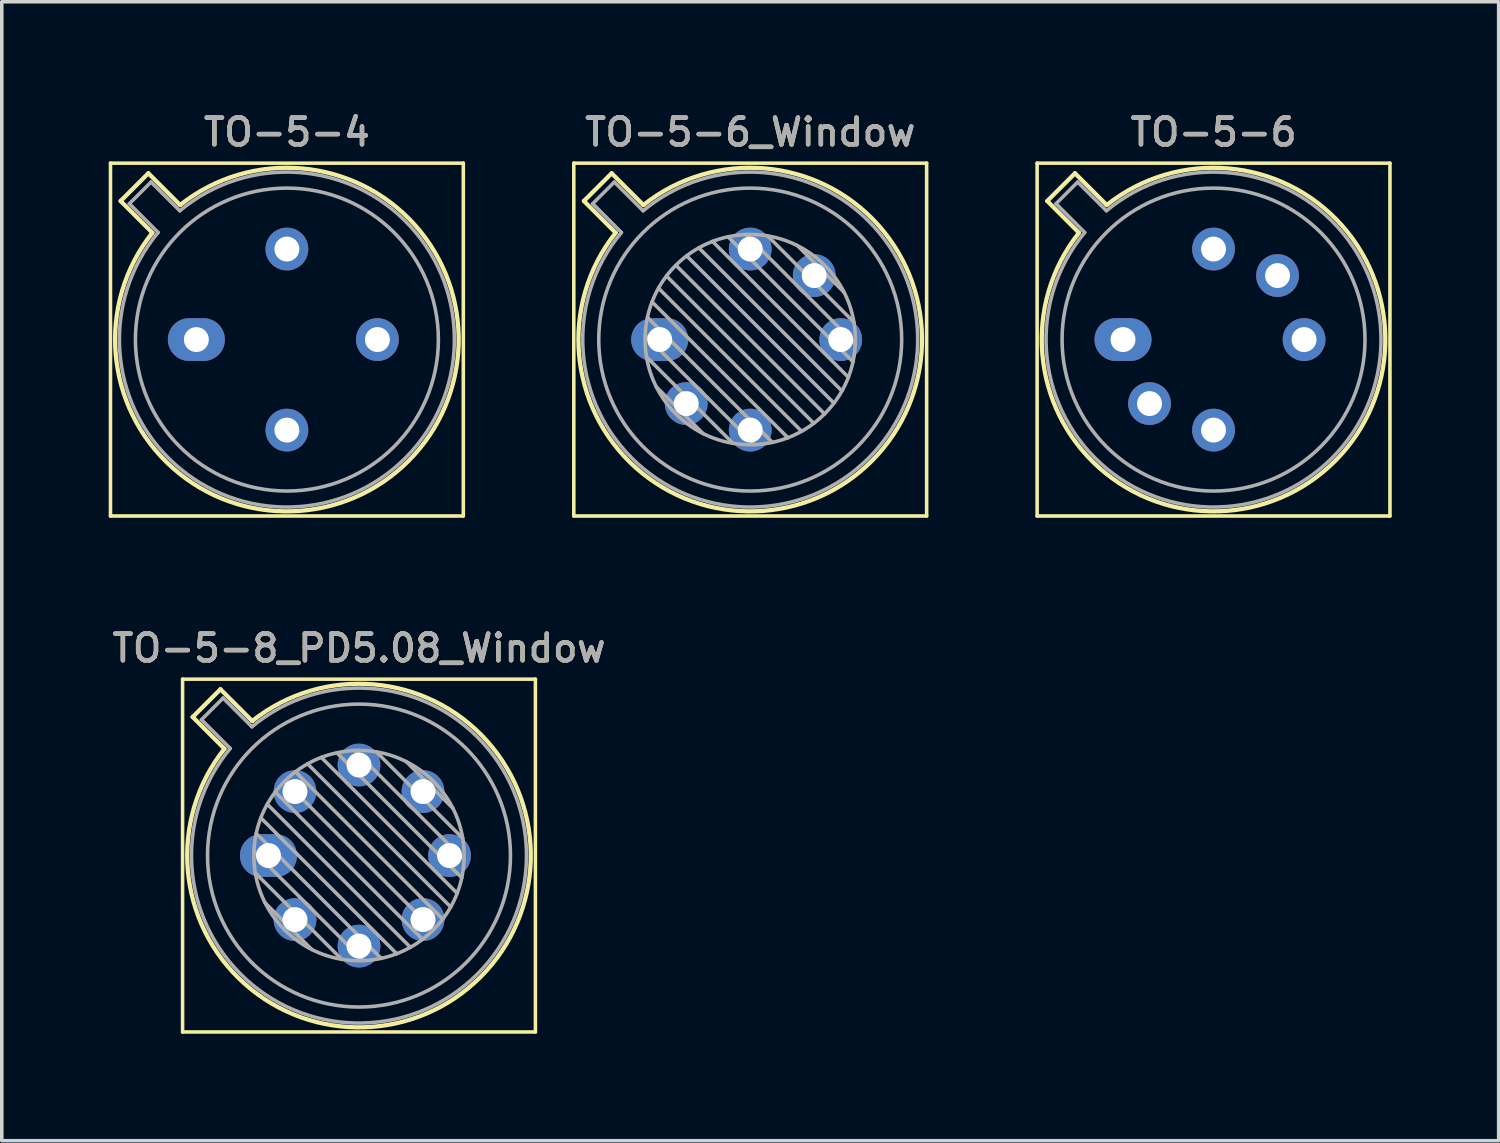
<source format=kicad_pcb>
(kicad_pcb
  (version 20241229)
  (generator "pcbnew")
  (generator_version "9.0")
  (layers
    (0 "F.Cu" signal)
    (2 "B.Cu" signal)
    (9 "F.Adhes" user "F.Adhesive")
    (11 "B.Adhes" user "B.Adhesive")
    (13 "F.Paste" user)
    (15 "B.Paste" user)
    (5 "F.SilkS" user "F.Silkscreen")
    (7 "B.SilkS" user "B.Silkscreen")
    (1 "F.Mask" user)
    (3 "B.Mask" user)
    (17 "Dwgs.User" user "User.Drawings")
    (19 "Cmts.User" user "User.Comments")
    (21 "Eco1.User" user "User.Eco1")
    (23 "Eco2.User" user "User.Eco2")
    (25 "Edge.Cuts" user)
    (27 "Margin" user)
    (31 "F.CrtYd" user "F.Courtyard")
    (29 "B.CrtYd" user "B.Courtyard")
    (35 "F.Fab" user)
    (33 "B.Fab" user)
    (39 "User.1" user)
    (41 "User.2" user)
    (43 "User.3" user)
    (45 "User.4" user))
  (footprint "TO-5-4"
    (layer "F.Cu")
    (at 2.46 6.478)
    (property "Reference" "TO-5-4" (at 2.54 -5.82 0) (layer "F.SilkS") (effects (font (size 0.75 0.75) (thickness 0.125))))
    (attr through_hole)
    (fp_line (start -2.41 -4.95) (end -2.41 4.95) (stroke (width 0.1) (type solid)) (layer "F.SilkS"))
    (fp_line (start -2.41 4.95) (end 7.49 4.95) (stroke (width 0.1) (type solid)) (layer "F.SilkS"))
    (fp_line (start -2.126 -3.888) (end -1.235 -2.997) (stroke (width 0.12) (type solid)) (layer "F.SilkS"))
    (fp_line (start -1.348 -4.666) (end -2.126 -3.888) (stroke (width 0.12) (type solid)) (layer "F.SilkS"))
    (fp_line (start -0.457 -3.775) (end -1.348 -4.666) (stroke (width 0.12) (type solid)) (layer "F.SilkS"))
    (fp_line (start 7.49 -4.95) (end -2.41 -4.95) (stroke (width 0.1) (type solid)) (layer "F.SilkS"))
    (fp_line (start 7.49 4.95) (end 7.49 -4.95) (stroke (width 0.1) (type solid)) (layer "F.SilkS"))
    (fp_arc (start -0.457084 -3.774902) (mid 5.948255 3.408255) (end -1.234902 -2.997084) (stroke (width 0.12) (type solid)) (layer "F.SilkS"))
    (fp_line (start -1.88 -3.812) (end -1.074 -3.005) (stroke (width 0.1) (type solid)) (layer "F.Fab"))
    (fp_line (start -1.272 -4.42) (end -1.88 -3.812) (stroke (width 0.1) (type solid)) (layer "F.Fab"))
    (fp_line (start -0.465 -3.614) (end -1.272 -4.42) (stroke (width 0.1) (type solid)) (layer "F.Fab"))
    (fp_arc (start -0.465408 -3.61352) (mid 5.863402 3.323402) (end -1.07352 -3.005408) (stroke (width 0.1) (type solid)) (layer "F.Fab"))
    (fp_circle (center 2.54 0) (end 6.79 0) (stroke (width 0.1) (type solid)) (fill no) (layer "F.Fab"))
    (fp_text user "${REFERENCE}" (at 2.54 -5.82 0) (layer "F.Fab") (effects (font (size 0.75 0.75) (thickness 0.125))))
    (pad "1" thru_hole oval (at 0 0) (size 1.6 1.2) (drill 0.7) (layers "*.Cu" "*.Mask"))
    (pad "2" thru_hole circle (at 2.54 2.54) (size 1.2 1.2) (drill 0.7) (layers "*.Cu" "*.Mask"))
    (pad "3" thru_hole circle (at 5.08 0) (size 1.2 1.2) (drill 0.7) (layers "*.Cu" "*.Mask"))
    (pad "4" thru_hole circle (at 2.54 -2.54) (size 1.2 1.2) (drill 0.7) (layers "*.Cu" "*.Mask")))
  (footprint "TO-5-8_PD5.08_Window"
    (layer "F.Cu")
    (at 4.483 20.956)
    (property "Reference" "TO-5-8_PD5.08_Window" (at 2.54 -5.82 0) (layer "F.SilkS") (effects (font (size 0.75 0.75) (thickness 0.125))))
    (attr through_hole)
    (fp_line (start -2.41 -4.95) (end -2.41 4.95) (stroke (width 0.1) (type solid)) (layer "F.SilkS"))
    (fp_line (start -2.41 4.95) (end 7.49 4.95) (stroke (width 0.1) (type solid)) (layer "F.SilkS"))
    (fp_line (start -2.126 -3.888) (end -1.235 -2.997) (stroke (width 0.12) (type solid)) (layer "F.SilkS"))
    (fp_line (start -1.348 -4.666) (end -2.126 -3.888) (stroke (width 0.12) (type solid)) (layer "F.SilkS"))
    (fp_line (start -0.457 -3.775) (end -1.348 -4.666) (stroke (width 0.12) (type solid)) (layer "F.SilkS"))
    (fp_line (start 7.49 -4.95) (end -2.41 -4.95) (stroke (width 0.1) (type solid)) (layer "F.SilkS"))
    (fp_line (start 7.49 4.95) (end 7.49 -4.95) (stroke (width 0.1) (type solid)) (layer "F.SilkS"))
    (fp_arc (start -0.457084 -3.774902) (mid 5.948255 3.408255) (end -1.234902 -2.997084) (stroke (width 0.12) (type solid)) (layer "F.SilkS"))
    (fp_line (start -1.88 -3.812) (end -1.074 -3.005) (stroke (width 0.1) (type solid)) (layer "F.Fab"))
    (fp_line (start -1.272 -4.42) (end -1.88 -3.812) (stroke (width 0.1) (type solid)) (layer "F.Fab"))
    (fp_line (start -0.465 -3.614) (end -1.272 -4.42) (stroke (width 0.1) (type solid)) (layer "F.Fab"))
    (fp_line (start -0.408 -0.12) (end 2.66 2.948) (stroke (width 0.1) (type solid)) (layer "F.Fab"))
    (fp_line (start -0.371 0.485) (end 2.055 2.911) (stroke (width 0.1) (type solid)) (layer "F.Fab"))
    (fp_line (start -0.344 -0.622) (end 3.162 2.884) (stroke (width 0.1) (type solid)) (layer "F.Fab"))
    (fp_line (start -0.215 -1.058) (end 3.598 2.755) (stroke (width 0.1) (type solid)) (layer "F.Fab"))
    (fp_line (start -0.097 1.324) (end 1.216 2.637) (stroke (width 0.1) (type solid)) (layer "F.Fab"))
    (fp_line (start -0.034 -1.443) (end 3.983 2.574) (stroke (width 0.1) (type solid)) (layer "F.Fab"))
    (fp_line (start 0.19 -1.784) (end 4.324 2.35) (stroke (width 0.1) (type solid)) (layer "F.Fab"))
    (fp_line (start 0.454 -2.086) (end 4.626 2.086) (stroke (width 0.1) (type solid)) (layer "F.Fab"))
    (fp_line (start 0.756 -2.35) (end 4.89 1.784) (stroke (width 0.1) (type solid)) (layer "F.Fab"))
    (fp_line (start 1.097 -2.574) (end 5.114 1.443) (stroke (width 0.1) (type solid)) (layer "F.Fab"))
    (fp_line (start 1.482 -2.755) (end 5.295 1.058) (stroke (width 0.1) (type solid)) (layer "F.Fab"))
    (fp_line (start 1.918 -2.884) (end 5.424 0.622) (stroke (width 0.1) (type solid)) (layer "F.Fab"))
    (fp_line (start 2.42 -2.948) (end 5.488 0.12) (stroke (width 0.1) (type solid)) (layer "F.Fab"))
    (fp_line (start 3.025 -2.911) (end 5.451 -0.485) (stroke (width 0.1) (type solid)) (layer "F.Fab"))
    (fp_line (start 3.864 -2.637) (end 5.177 -1.324) (stroke (width 0.1) (type solid)) (layer "F.Fab"))
    (fp_arc (start -0.465408 -3.61352) (mid 5.863402 3.323402) (end -1.07352 -3.005408) (stroke (width 0.1) (type solid)) (layer "F.Fab"))
    (fp_circle (center 2.54 0) (end 5.49 0) (stroke (width 0.1) (type solid)) (fill no) (layer "F.Fab"))
    (fp_circle (center 2.54 0) (end 6.79 0) (stroke (width 0.1) (type solid)) (fill no) (layer "F.Fab"))
    (fp_text user "${REFERENCE}" (at 2.54 -5.82 0) (layer "F.Fab") (effects (font (size 0.75 0.75) (thickness 0.125))))
    (pad "1" thru_hole oval (at 0 0) (size 1.6 1.2) (drill 0.7) (layers "*.Cu" "*.Mask"))
    (pad "2" thru_hole circle (at 0.744 1.796) (size 1.2 1.2) (drill 0.7) (layers "*.Cu" "*.Mask"))
    (pad "3" thru_hole circle (at 2.54 2.54) (size 1.2 1.2) (drill 0.7) (layers "*.Cu" "*.Mask"))
    (pad "4" thru_hole circle (at 4.336 1.796) (size 1.2 1.2) (drill 0.7) (layers "*.Cu" "*.Mask"))
    (pad "5" thru_hole circle (at 5.08 0) (size 1.2 1.2) (drill 0.7) (layers "*.Cu" "*.Mask"))
    (pad "6" thru_hole circle (at 4.336 -1.796) (size 1.2 1.2) (drill 0.7) (layers "*.Cu" "*.Mask"))
    (pad "7" thru_hole circle (at 2.54 -2.54) (size 1.2 1.2) (drill 0.7) (layers "*.Cu" "*.Mask"))
    (pad "8" thru_hole circle (at 0.744 -1.796) (size 1.2 1.2) (drill 0.7) (layers "*.Cu" "*.Mask")))
  (footprint "TO-5-6_Window"
    (layer "F.Cu")
    (at 15.46 6.478)
    (property "Reference" "TO-5-6_Window" (at 2.54 -5.82 0) (layer "F.SilkS") (effects (font (size 0.75 0.75) (thickness 0.125))))
    (attr through_hole)
    (fp_line (start -2.41 -4.95) (end -2.41 4.95) (stroke (width 0.1) (type solid)) (layer "F.SilkS"))
    (fp_line (start -2.41 4.95) (end 7.49 4.95) (stroke (width 0.1) (type solid)) (layer "F.SilkS"))
    (fp_line (start -2.126 -3.888) (end -1.235 -2.997) (stroke (width 0.12) (type solid)) (layer "F.SilkS"))
    (fp_line (start -1.348 -4.666) (end -2.126 -3.888) (stroke (width 0.12) (type solid)) (layer "F.SilkS"))
    (fp_line (start -0.457 -3.775) (end -1.348 -4.666) (stroke (width 0.12) (type solid)) (layer "F.SilkS"))
    (fp_line (start 7.49 -4.95) (end -2.41 -4.95) (stroke (width 0.1) (type solid)) (layer "F.SilkS"))
    (fp_line (start 7.49 4.95) (end 7.49 -4.95) (stroke (width 0.1) (type solid)) (layer "F.SilkS"))
    (fp_arc (start -0.457084 -3.774902) (mid 5.948255 3.408255) (end -1.234902 -2.997084) (stroke (width 0.12) (type solid)) (layer "F.SilkS"))
    (fp_line (start -1.88 -3.812) (end -1.074 -3.005) (stroke (width 0.1) (type solid)) (layer "F.Fab"))
    (fp_line (start -1.272 -4.42) (end -1.88 -3.812) (stroke (width 0.1) (type solid)) (layer "F.Fab"))
    (fp_line (start -0.465 -3.614) (end -1.272 -4.42) (stroke (width 0.1) (type solid)) (layer "F.Fab"))
    (fp_line (start -0.408 -0.12) (end 2.66 2.948) (stroke (width 0.1) (type solid)) (layer "F.Fab"))
    (fp_line (start -0.371 0.485) (end 2.055 2.911) (stroke (width 0.1) (type solid)) (layer "F.Fab"))
    (fp_line (start -0.344 -0.622) (end 3.162 2.884) (stroke (width 0.1) (type solid)) (layer "F.Fab"))
    (fp_line (start -0.215 -1.058) (end 3.598 2.755) (stroke (width 0.1) (type solid)) (layer "F.Fab"))
    (fp_line (start -0.097 1.324) (end 1.216 2.637) (stroke (width 0.1) (type solid)) (layer "F.Fab"))
    (fp_line (start -0.034 -1.443) (end 3.983 2.574) (stroke (width 0.1) (type solid)) (layer "F.Fab"))
    (fp_line (start 0.19 -1.784) (end 4.324 2.35) (stroke (width 0.1) (type solid)) (layer "F.Fab"))
    (fp_line (start 0.454 -2.086) (end 4.626 2.086) (stroke (width 0.1) (type solid)) (layer "F.Fab"))
    (fp_line (start 0.756 -2.35) (end 4.89 1.784) (stroke (width 0.1) (type solid)) (layer "F.Fab"))
    (fp_line (start 1.097 -2.574) (end 5.114 1.443) (stroke (width 0.1) (type solid)) (layer "F.Fab"))
    (fp_line (start 1.482 -2.755) (end 5.295 1.058) (stroke (width 0.1) (type solid)) (layer "F.Fab"))
    (fp_line (start 1.918 -2.884) (end 5.424 0.622) (stroke (width 0.1) (type solid)) (layer "F.Fab"))
    (fp_line (start 2.42 -2.948) (end 5.488 0.12) (stroke (width 0.1) (type solid)) (layer "F.Fab"))
    (fp_line (start 3.025 -2.911) (end 5.451 -0.485) (stroke (width 0.1) (type solid)) (layer "F.Fab"))
    (fp_line (start 3.864 -2.637) (end 5.177 -1.324) (stroke (width 0.1) (type solid)) (layer "F.Fab"))
    (fp_arc (start -0.465408 -3.61352) (mid 5.863402 3.323402) (end -1.07352 -3.005408) (stroke (width 0.1) (type solid)) (layer "F.Fab"))
    (fp_circle (center 2.54 0) (end 5.49 0) (stroke (width 0.1) (type solid)) (fill no) (layer "F.Fab"))
    (fp_circle (center 2.54 0) (end 6.79 0) (stroke (width 0.1) (type solid)) (fill no) (layer "F.Fab"))
    (fp_text user "${REFERENCE}" (at 2.54 -5.82 0) (layer "F.Fab") (effects (font (size 0.75 0.75) (thickness 0.125))))
    (pad "1" thru_hole oval (at 0 0) (size 1.6 1.2) (drill 0.7) (layers "*.Cu" "*.Mask"))
    (pad "2" thru_hole circle (at 0.744 1.796) (size 1.2 1.2) (drill 0.7) (layers "*.Cu" "*.Mask"))
    (pad "3" thru_hole circle (at 2.54 2.54) (size 1.2 1.2) (drill 0.7) (layers "*.Cu" "*.Mask"))
    (pad "4" thru_hole circle (at 5.08 0) (size 1.2 1.2) (drill 0.7) (layers "*.Cu" "*.Mask"))
    (pad "5" thru_hole circle (at 4.336 -1.796) (size 1.2 1.2) (drill 0.7) (layers "*.Cu" "*.Mask"))
    (pad "6" thru_hole circle (at 2.54 -2.54) (size 1.2 1.2) (drill 0.7) (layers "*.Cu" "*.Mask")))
  (footprint "TO-5-6"
    (layer "F.Cu")
    (at 28.46 6.478)
    (property "Reference" "TO-5-6" (at 2.54 -5.82 0) (layer "F.SilkS") (effects (font (size 0.75 0.75) (thickness 0.125))))
    (attr through_hole)
    (fp_line (start -2.41 -4.95) (end -2.41 4.95) (stroke (width 0.1) (type solid)) (layer "F.SilkS"))
    (fp_line (start -2.41 4.95) (end 7.49 4.95) (stroke (width 0.1) (type solid)) (layer "F.SilkS"))
    (fp_line (start -2.126 -3.888) (end -1.235 -2.997) (stroke (width 0.12) (type solid)) (layer "F.SilkS"))
    (fp_line (start -1.348 -4.666) (end -2.126 -3.888) (stroke (width 0.12) (type solid)) (layer "F.SilkS"))
    (fp_line (start -0.457 -3.775) (end -1.348 -4.666) (stroke (width 0.12) (type solid)) (layer "F.SilkS"))
    (fp_line (start 7.49 -4.95) (end -2.41 -4.95) (stroke (width 0.1) (type solid)) (layer "F.SilkS"))
    (fp_line (start 7.49 4.95) (end 7.49 -4.95) (stroke (width 0.1) (type solid)) (layer "F.SilkS"))
    (fp_arc (start -0.457084 -3.774902) (mid 5.948255 3.408255) (end -1.234902 -2.997084) (stroke (width 0.12) (type solid)) (layer "F.SilkS"))
    (fp_line (start -1.88 -3.812) (end -1.074 -3.005) (stroke (width 0.1) (type solid)) (layer "F.Fab"))
    (fp_line (start -1.272 -4.42) (end -1.88 -3.812) (stroke (width 0.1) (type solid)) (layer "F.Fab"))
    (fp_line (start -0.465 -3.614) (end -1.272 -4.42) (stroke (width 0.1) (type solid)) (layer "F.Fab"))
    (fp_arc (start -0.465408 -3.61352) (mid 5.863402 3.323402) (end -1.07352 -3.005408) (stroke (width 0.1) (type solid)) (layer "F.Fab"))
    (fp_circle (center 2.54 0) (end 6.79 0) (stroke (width 0.1) (type solid)) (fill no) (layer "F.Fab"))
    (fp_text user "${REFERENCE}" (at 2.54 -5.82 0) (layer "F.Fab") (effects (font (size 0.75 0.75) (thickness 0.125))))
    (pad "1" thru_hole oval (at 0 0) (size 1.6 1.2) (drill 0.7) (layers "*.Cu" "*.Mask"))
    (pad "2" thru_hole circle (at 0.744 1.796) (size 1.2 1.2) (drill 0.7) (layers "*.Cu" "*.Mask"))
    (pad "3" thru_hole circle (at 2.54 2.54) (size 1.2 1.2) (drill 0.7) (layers "*.Cu" "*.Mask"))
    (pad "4" thru_hole circle (at 5.08 0) (size 1.2 1.2) (drill 0.7) (layers "*.Cu" "*.Mask"))
    (pad "5" thru_hole circle (at 4.336 -1.796) (size 1.2 1.2) (drill 0.7) (layers "*.Cu" "*.Mask"))
    (pad "6" thru_hole circle (at 2.54 -2.54) (size 1.2 1.2) (drill 0.7) (layers "*.Cu" "*.Mask")))
  (gr_rect
    (start -3 -3)
    (end 39 28.956)
    (stroke (width 0.1) (type default))
    (fill no)
    (layer "Edge.Cuts")))
</source>
